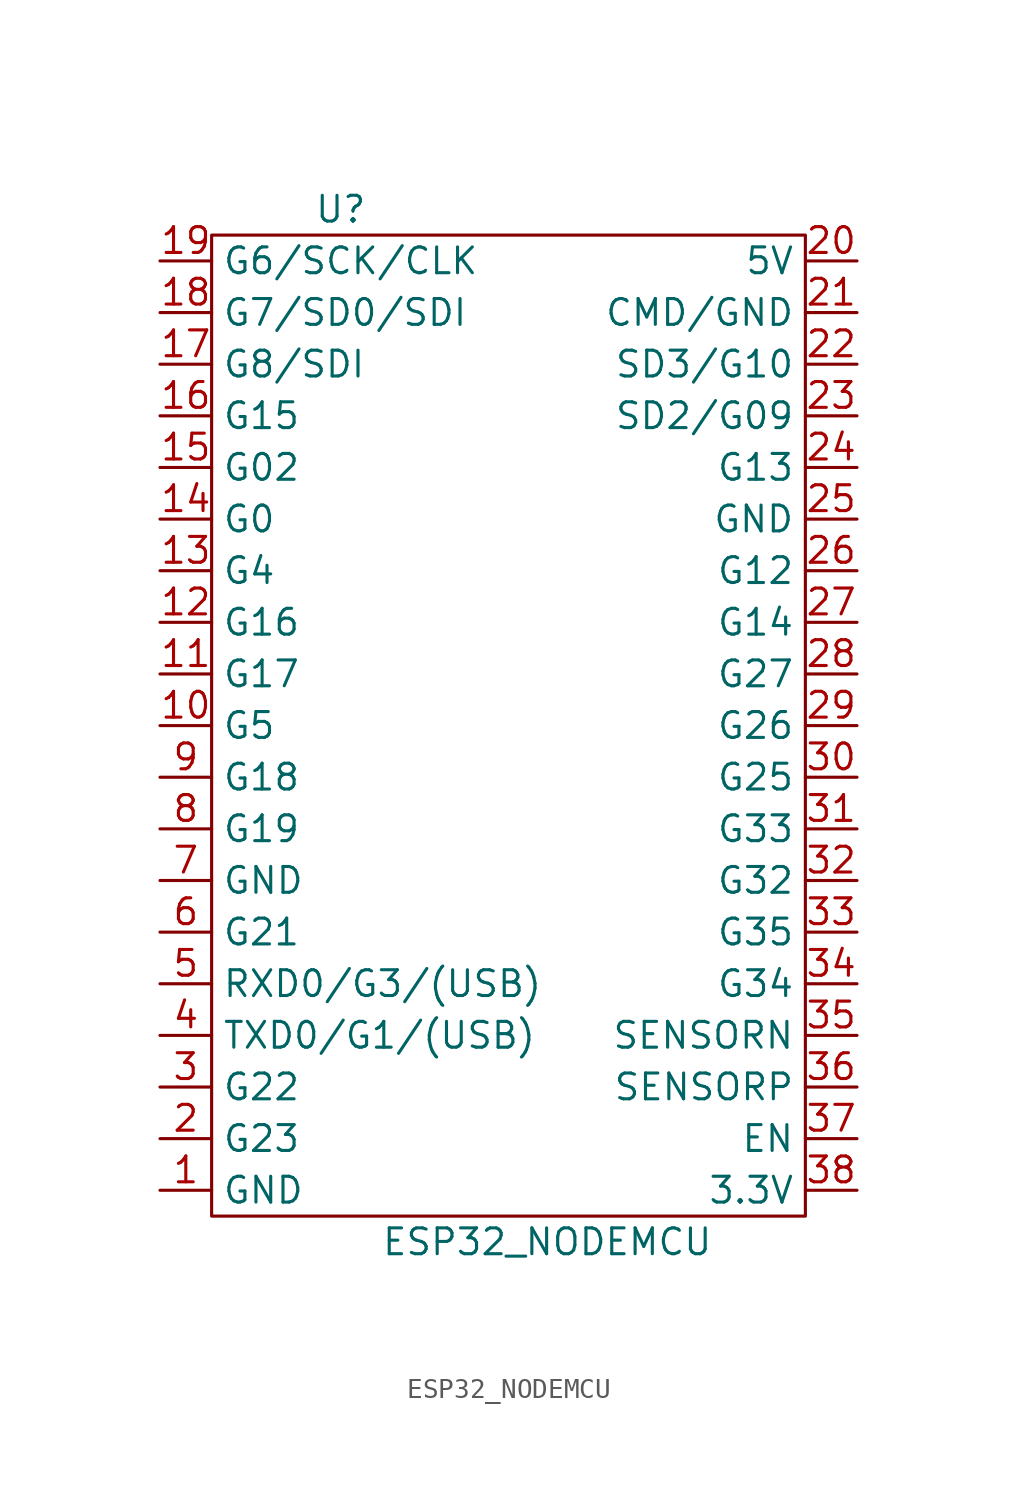
<source format=kicad_sym>
(kicad_symbol_lib
  (version 20211014)
  (generator kicad_symbol_editor)
  (symbol "ESP32_NODEMCU"
    (property "Reference" "U"
      (at -8.89 25.4 0)
      (effects (font (size 1.27 1.27))))
    (property "Value" "ESP32_NODEMCU"
      (at 1.27 -25.4 0)
      (effects (font (size 1.27 1.27))))
    (symbol "ESP32_NODEMCU_0_1"
      (rectangle (start -15.24 24.13) (end 13.97 -24.13) (stroke (width 0) (type default) (color 0 0 0 0)) (fill (type none))))
    (symbol "ESP32_NODEMCU_1_1"
      (pin power_in line (at -17.78 -22.86 0) (length 2.54) (name "GND" (effects (font (size 1.27 1.27)))) (number "1" (effects (font (size 1.27 1.27)))))
      (pin bidirectional line (at -17.78 0 0) (length 2.54) (name "G5" (effects (font (size 1.27 1.27)))) (number "10" (effects (font (size 1.27 1.27)))))
      (pin bidirectional line (at -17.78 2.54 0) (length 2.54) (name "G17" (effects (font (size 1.27 1.27)))) (number "11" (effects (font (size 1.27 1.27)))))
      (pin bidirectional line (at -17.78 5.08 0) (length 2.54) (name "G16" (effects (font (size 1.27 1.27)))) (number "12" (effects (font (size 1.27 1.27)))))
      (pin bidirectional line (at -17.78 7.62 0) (length 2.54) (name "G4" (effects (font (size 1.27 1.27)))) (number "13" (effects (font (size 1.27 1.27)))))
      (pin bidirectional line (at -17.78 10.16 0) (length 2.54) (name "G0" (effects (font (size 1.27 1.27)))) (number "14" (effects (font (size 1.27 1.27)))))
      (pin bidirectional line (at -17.78 12.7 0) (length 2.54) (name "G02" (effects (font (size 1.27 1.27)))) (number "15" (effects (font (size 1.27 1.27)))))
      (pin bidirectional line (at -17.78 15.24 0) (length 2.54) (name "G15" (effects (font (size 1.27 1.27)))) (number "16" (effects (font (size 1.27 1.27)))))
      (pin bidirectional line (at -17.78 17.78 0) (length 2.54) (name "G8/SDI" (effects (font (size 1.27 1.27)))) (number "17" (effects (font (size 1.27 1.27)))))
      (pin bidirectional line (at -17.78 20.32 0) (length 2.54) (name "G7/SD0/SDI" (effects (font (size 1.27 1.27)))) (number "18" (effects (font (size 1.27 1.27)))))
      (pin bidirectional line (at -17.78 22.86 0) (length 2.54) (name "G6/SCK/CLK" (effects (font (size 1.27 1.27)))) (number "19" (effects (font (size 1.27 1.27)))))
      (pin bidirectional line (at -17.78 -20.32 0) (length 2.54) (name "G23" (effects (font (size 1.27 1.27)))) (number "2" (effects (font (size 1.27 1.27)))))
      (pin power_in line (at 16.51 22.86 180) (length 2.54) (name "5V" (effects (font (size 1.27 1.27)))) (number "20" (effects (font (size 1.27 1.27)))))
      (pin input line (at 16.51 20.32 180) (length 2.54) (name "CMD/GND" (effects (font (size 1.27 1.27)))) (number "21" (effects (font (size 1.27 1.27)))))
      (pin bidirectional line (at 16.51 17.78 180) (length 2.54) (name "SD3/G10" (effects (font (size 1.27 1.27)))) (number "22" (effects (font (size 1.27 1.27)))))
      (pin bidirectional line (at 16.51 15.24 180) (length 2.54) (name "SD2/G09" (effects (font (size 1.27 1.27)))) (number "23" (effects (font (size 1.27 1.27)))))
      (pin bidirectional line (at 16.51 12.7 180) (length 2.54) (name "G13" (effects (font (size 1.27 1.27)))) (number "24" (effects (font (size 1.27 1.27)))))
      (pin power_in line (at 16.51 10.16 180) (length 2.54) (name "GND" (effects (font (size 1.27 1.27)))) (number "25" (effects (font (size 1.27 1.27)))))
      (pin bidirectional line (at 16.51 7.62 180) (length 2.54) (name "G12" (effects (font (size 1.27 1.27)))) (number "26" (effects (font (size 1.27 1.27)))))
      (pin bidirectional line (at 16.51 5.08 180) (length 2.54) (name "G14" (effects (font (size 1.27 1.27)))) (number "27" (effects (font (size 1.27 1.27)))))
      (pin bidirectional line (at 16.51 2.54 180) (length 2.54) (name "G27" (effects (font (size 1.27 1.27)))) (number "28" (effects (font (size 1.27 1.27)))))
      (pin bidirectional line (at 16.51 0 180) (length 2.54) (name "G26" (effects (font (size 1.27 1.27)))) (number "29" (effects (font (size 1.27 1.27)))))
      (pin bidirectional line (at -17.78 -17.78 0) (length 2.54) (name "G22" (effects (font (size 1.27 1.27)))) (number "3" (effects (font (size 1.27 1.27)))))
      (pin bidirectional line (at 16.51 -2.54 180) (length 2.54) (name "G25" (effects (font (size 1.27 1.27)))) (number "30" (effects (font (size 1.27 1.27)))))
      (pin bidirectional line (at 16.51 -5.08 180) (length 2.54) (name "G33" (effects (font (size 1.27 1.27)))) (number "31" (effects (font (size 1.27 1.27)))))
      (pin bidirectional line (at 16.51 -7.62 180) (length 2.54) (name "G32" (effects (font (size 1.27 1.27)))) (number "32" (effects (font (size 1.27 1.27)))))
      (pin input line (at 16.51 -10.16 180) (length 2.54) (name "G35" (effects (font (size 1.27 1.27)))) (number "33" (effects (font (size 1.27 1.27)))))
      (pin input line (at 16.51 -12.7 180) (length 2.54) (name "G34" (effects (font (size 1.27 1.27)))) (number "34" (effects (font (size 1.27 1.27)))))
      (pin bidirectional line (at 16.51 -15.24 180) (length 2.54) (name "SENSORN" (effects (font (size 1.27 1.27)))) (number "35" (effects (font (size 1.27 1.27)))))
      (pin bidirectional line (at 16.51 -17.78 180) (length 2.54) (name "SENSORP" (effects (font (size 1.27 1.27)))) (number "36" (effects (font (size 1.27 1.27)))))
      (pin bidirectional line (at 16.51 -20.32 180) (length 2.54) (name "EN" (effects (font (size 1.27 1.27)))) (number "37" (effects (font (size 1.27 1.27)))))
      (pin power_in line (at 16.51 -22.86 180) (length 2.54) (name "3.3V" (effects (font (size 1.27 1.27)))) (number "38" (effects (font (size 1.27 1.27)))))
      (pin bidirectional line (at -17.78 -15.24 0) (length 2.54) (name "TXD0/G1/(USB)" (effects (font (size 1.27 1.27)))) (number "4" (effects (font (size 1.27 1.27)))))
      (pin bidirectional line (at -17.78 -12.7 0) (length 2.54) (name "RXD0/G3/(USB)" (effects (font (size 1.27 1.27)))) (number "5" (effects (font (size 1.27 1.27)))))
      (pin bidirectional line (at -17.78 -10.16 0) (length 2.54) (name "G21" (effects (font (size 1.27 1.27)))) (number "6" (effects (font (size 1.27 1.27)))))
      (pin power_in line (at -17.78 -7.62 0) (length 2.54) (name "GND" (effects (font (size 1.27 1.27)))) (number "7" (effects (font (size 1.27 1.27)))))
      (pin bidirectional line (at -17.78 -5.08 0) (length 2.54) (name "G19" (effects (font (size 1.27 1.27)))) (number "8" (effects (font (size 1.27 1.27)))))
      (pin bidirectional line (at -17.78 -2.54 0) (length 2.54) (name "G18" (effects (font (size 1.27 1.27)))) (number "9" (effects (font (size 1.27 1.27))))))))
</source>
